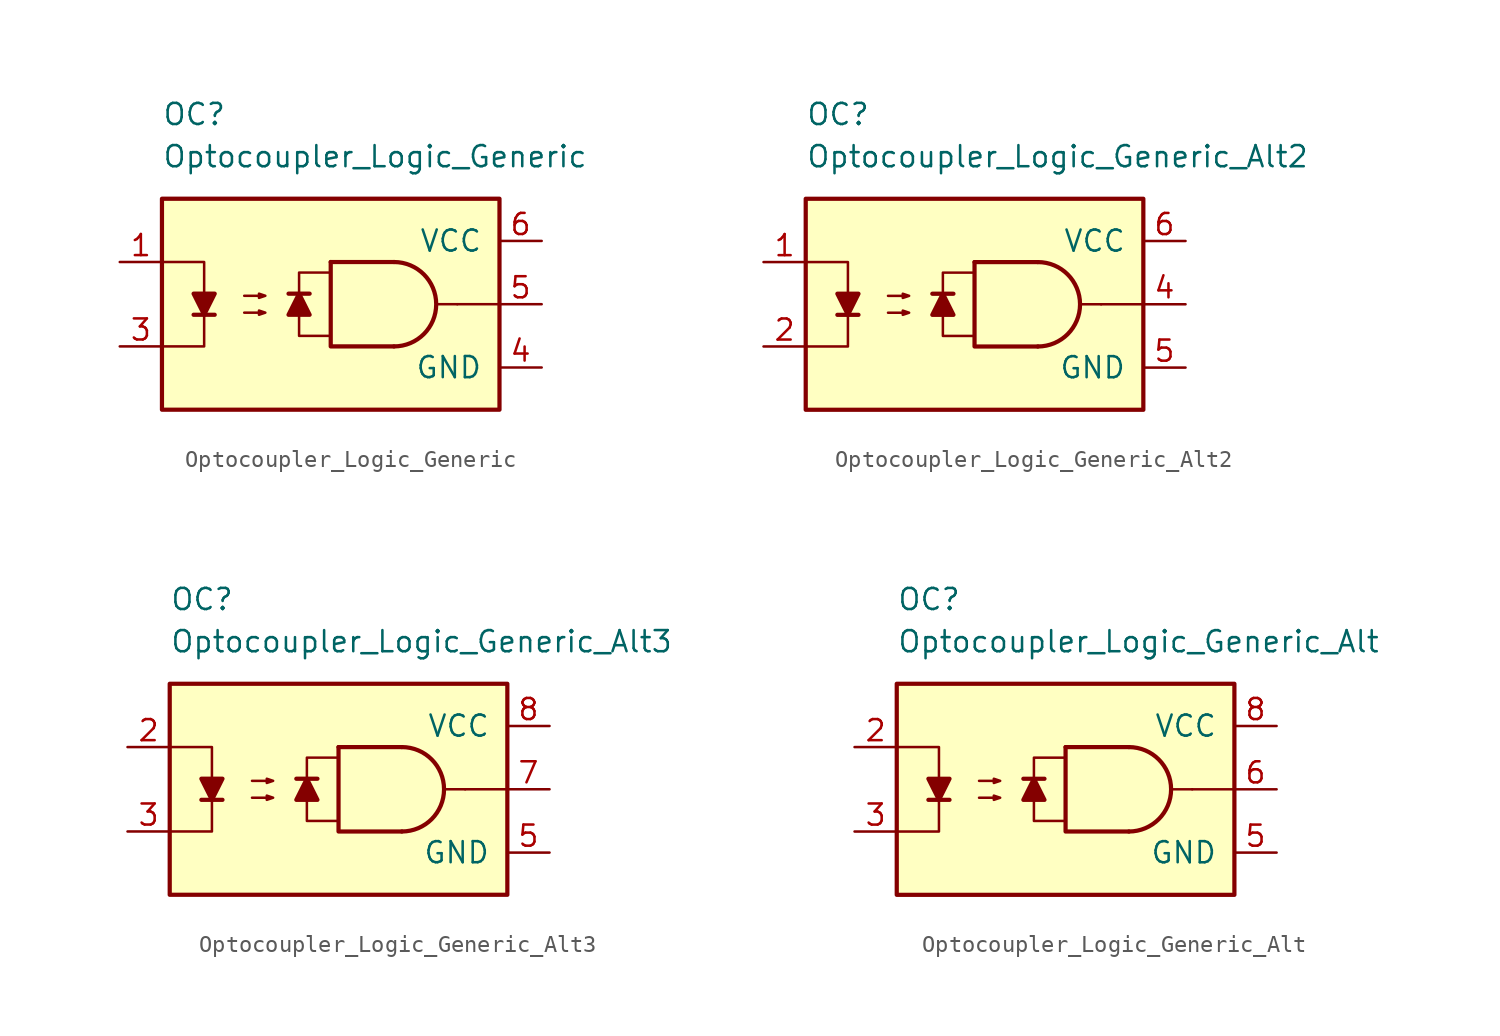
<source format=kicad_sym>
(kicad_symbol_lib
  (version 20211014)
  (generator kicad_symbol_editor)
  (symbol "Optocoupler_Logic_Generic"
    (pin_names
      (offset 1.016))
    (property "Reference" "OC"
      (at -10.16 11.43 0)
      (effects (font (size 1.27 1.27)) (justify left)))
    (property "Value" "Optocoupler_Logic_Generic"
      (at -10.16 8.89 0)
      (effects (font (size 1.27 1.27)) (justify left)))
    (symbol "Optocoupler_Logic_Generic_0_0"
      (rectangle (start -10.16 6.35) (end 10.16 -6.35) (stroke (width 0.254) (type default) (color 0 0 0 0)) (fill (type background)))
      (polyline (pts (xy 7.62 0) (xy 6.35 0)) (stroke (width 0) (type default) (color 0 0 0 0)) (fill (type none)))
      (polyline (pts (xy 10.16 0) (xy 7.62 0)) (stroke (width 0) (type default) (color 0 0 0 0)) (fill (type none))))
    (symbol "Optocoupler_Logic_Generic_0_1"
      (polyline (pts (xy -8.255 -0.635) (xy -6.985 -0.635)) (stroke (width 0.254) (type default) (color 0 0 0 0)) (fill (type none)))
      (polyline (pts (xy 0 2.54) (xy 3.81 2.54)) (stroke (width 0.254) (type default) (color 0 0 0 0)) (fill (type none)))
      (polyline (pts (xy -10.16 2.54) (xy -7.62 2.54) (xy -7.62 -0.635)) (stroke (width 0) (type default) (color 0 0 0 0)) (fill (type none)))
      (polyline (pts (xy -7.62 -0.635) (xy -7.62 -2.54) (xy -10.16 -2.54)) (stroke (width 0) (type default) (color 0 0 0 0)) (fill (type none)))
      (polyline (pts (xy 0 2.54) (xy 0 -2.54) (xy 3.81 -2.54)) (stroke (width 0.254) (type default) (color 0 0 0 0)) (fill (type none)))
      (polyline (pts (xy -7.62 -0.635) (xy -8.255 0.635) (xy -6.985 0.635) (xy -7.62 -0.635)) (stroke (width 0.254) (type default) (color 0 0 0 0)) (fill (type outline)))
      (polyline (pts (xy -5.207 -0.508) (xy -3.937 -0.508) (xy -4.318 -0.635) (xy -4.318 -0.381) (xy -3.937 -0.508)) (stroke (width 0) (type default) (color 0 0 0 0)) (fill (type none)))
      (polyline (pts (xy -5.207 0.508) (xy -3.937 0.508) (xy -4.318 0.381) (xy -4.318 0.635) (xy -3.937 0.508)) (stroke (width 0) (type default) (color 0 0 0 0)) (fill (type none)))
      (arc (start 3.81 -2.54) (mid 6.35 0) (end 3.81 2.54) (stroke (width 0.254) (type default) (color 0 0 0 0)) (fill (type none))))
    (symbol "Optocoupler_Logic_Generic_1_1"
      (polyline (pts (xy -1.27 0.635) (xy -2.54 0.635)) (stroke (width 0.254) (type default) (color 0 0 0 0)) (fill (type none)))
      (polyline (pts (xy -1.905 0.635) (xy -1.27 -0.635) (xy -2.54 -0.635) (xy -1.905 0.635)) (stroke (width 0.254) (type default) (color 0 0 0 0)) (fill (type outline)))
      (polyline (pts (xy 0 -1.905) (xy -1.905 -1.905) (xy -1.905 1.905) (xy 0 1.905)) (stroke (width 0.152) (type default) (color 0 0 0 0)) (fill (type none)))
      (pin passive line (at -12.7 2.54 0) (length 2.54) (name "~" (effects (font (size 1.27 1.27)))) (number "1" (effects (font (size 1.27 1.27)))))
      (pin no_connect line (at 0 0 0) (length 2.54) hide (name "NC" (effects (font (size 1.27 1.27)))) (number "2" (effects (font (size 1.27 1.27)))))
      (pin passive line (at -12.7 -2.54 0) (length 2.54) (name "~" (effects (font (size 1.27 1.27)))) (number "3" (effects (font (size 1.27 1.27)))))
      (pin power_in line (at 12.7 -3.81 180) (length 2.54) (name "GND" (effects (font (size 1.27 1.27)))) (number "4" (effects (font (size 1.27 1.27)))))
      (pin output line (at 12.7 0 180) (length 2.54) (name "~" (effects (font (size 1.27 1.27)))) (number "5" (effects (font (size 1.27 1.27)))))
      (pin power_in line (at 12.7 3.81 180) (length 2.54) (name "VCC" (effects (font (size 1.27 1.27)))) (number "6" (effects (font (size 1.27 1.27)))))))
  (symbol "Optocoupler_Logic_Generic_Alt2"
    (pin_names
      (offset 1.016))
    (property "Reference" "OC"
      (at -10.16 11.43 0)
      (effects (font (size 1.27 1.27)) (justify left)))
    (property "Value" "Optocoupler_Logic_Generic_Alt2"
      (at -10.16 8.89 0)
      (effects (font (size 1.27 1.27)) (justify left)))
    (symbol "Optocoupler_Logic_Generic_Alt2_0_0"
      (rectangle (start -10.16 6.35) (end 10.16 -6.35) (stroke (width 0.254) (type default) (color 0 0 0 0)) (fill (type background)))
      (polyline (pts (xy 7.62 0) (xy 6.35 0)) (stroke (width 0) (type default) (color 0 0 0 0)) (fill (type none)))
      (polyline (pts (xy 10.16 0) (xy 7.62 0)) (stroke (width 0) (type default) (color 0 0 0 0)) (fill (type none))))
    (symbol "Optocoupler_Logic_Generic_Alt2_0_1"
      (polyline (pts (xy -8.255 -0.635) (xy -6.985 -0.635)) (stroke (width 0.254) (type default) (color 0 0 0 0)) (fill (type none)))
      (polyline (pts (xy 0 2.54) (xy 3.81 2.54)) (stroke (width 0.254) (type default) (color 0 0 0 0)) (fill (type none)))
      (polyline (pts (xy -10.16 2.54) (xy -7.62 2.54) (xy -7.62 -0.635)) (stroke (width 0) (type default) (color 0 0 0 0)) (fill (type none)))
      (polyline (pts (xy -7.62 -0.635) (xy -7.62 -2.54) (xy -10.16 -2.54)) (stroke (width 0) (type default) (color 0 0 0 0)) (fill (type none)))
      (polyline (pts (xy 0 2.54) (xy 0 -2.54) (xy 3.81 -2.54)) (stroke (width 0.254) (type default) (color 0 0 0 0)) (fill (type none)))
      (polyline (pts (xy -7.62 -0.635) (xy -8.255 0.635) (xy -6.985 0.635) (xy -7.62 -0.635)) (stroke (width 0.254) (type default) (color 0 0 0 0)) (fill (type outline)))
      (polyline (pts (xy -5.207 -0.508) (xy -3.937 -0.508) (xy -4.318 -0.635) (xy -4.318 -0.381) (xy -3.937 -0.508)) (stroke (width 0) (type default) (color 0 0 0 0)) (fill (type none)))
      (polyline (pts (xy -5.207 0.508) (xy -3.937 0.508) (xy -4.318 0.381) (xy -4.318 0.635) (xy -3.937 0.508)) (stroke (width 0) (type default) (color 0 0 0 0)) (fill (type none)))
      (arc (start 3.81 -2.54) (mid 6.35 0) (end 3.81 2.54) (stroke (width 0.254) (type default) (color 0 0 0 0)) (fill (type none))))
    (symbol "Optocoupler_Logic_Generic_Alt2_1_1"
      (polyline (pts (xy -1.27 0.635) (xy -2.54 0.635)) (stroke (width 0.254) (type default) (color 0 0 0 0)) (fill (type none)))
      (polyline (pts (xy -1.905 0.635) (xy -1.27 -0.635) (xy -2.54 -0.635) (xy -1.905 0.635)) (stroke (width 0.254) (type default) (color 0 0 0 0)) (fill (type outline)))
      (polyline (pts (xy 0 -1.905) (xy -1.905 -1.905) (xy -1.905 1.905) (xy 0 1.905)) (stroke (width 0.152) (type default) (color 0 0 0 0)) (fill (type none)))
      (pin passive line (at -12.7 2.54 0) (length 2.54) (name "~" (effects (font (size 1.27 1.27)))) (number "1" (effects (font (size 1.27 1.27)))))
      (pin passive line (at -12.7 -2.54 0) (length 2.54) (name "~" (effects (font (size 1.27 1.27)))) (number "2" (effects (font (size 1.27 1.27)))))
      (pin no_connect line (at 0 0 0) (length 2.54) hide (name "NC" (effects (font (size 1.27 1.27)))) (number "3" (effects (font (size 1.27 1.27)))))
      (pin output line (at 12.7 0 180) (length 2.54) (name "~" (effects (font (size 1.27 1.27)))) (number "4" (effects (font (size 1.27 1.27)))))
      (pin power_in line (at 12.7 -3.81 180) (length 2.54) (name "GND" (effects (font (size 1.27 1.27)))) (number "5" (effects (font (size 1.27 1.27)))))
      (pin power_in line (at 12.7 3.81 180) (length 2.54) (name "VCC" (effects (font (size 1.27 1.27)))) (number "6" (effects (font (size 1.27 1.27)))))))
  (symbol "Optocoupler_Logic_Generic_Alt3"
    (pin_names
      (offset 1.016))
    (property "Reference" "OC"
      (at -10.16 11.43 0)
      (effects (font (size 1.27 1.27)) (justify left)))
    (property "Value" "Optocoupler_Logic_Generic_Alt3"
      (at -10.16 8.89 0)
      (effects (font (size 1.27 1.27)) (justify left)))
    (symbol "Optocoupler_Logic_Generic_Alt3_0_0"
      (rectangle (start -10.16 6.35) (end 10.16 -6.35) (stroke (width 0.254) (type default) (color 0 0 0 0)) (fill (type background)))
      (polyline (pts (xy 7.62 0) (xy 6.35 0)) (stroke (width 0) (type default) (color 0 0 0 0)) (fill (type none)))
      (polyline (pts (xy 10.16 0) (xy 7.62 0)) (stroke (width 0) (type default) (color 0 0 0 0)) (fill (type none))))
    (symbol "Optocoupler_Logic_Generic_Alt3_0_1"
      (polyline (pts (xy -8.255 -0.635) (xy -6.985 -0.635)) (stroke (width 0.254) (type default) (color 0 0 0 0)) (fill (type none)))
      (polyline (pts (xy 0 2.54) (xy 3.81 2.54)) (stroke (width 0.254) (type default) (color 0 0 0 0)) (fill (type none)))
      (polyline (pts (xy -10.16 2.54) (xy -7.62 2.54) (xy -7.62 -0.635)) (stroke (width 0) (type default) (color 0 0 0 0)) (fill (type none)))
      (polyline (pts (xy -7.62 -0.635) (xy -7.62 -2.54) (xy -10.16 -2.54)) (stroke (width 0) (type default) (color 0 0 0 0)) (fill (type none)))
      (polyline (pts (xy 0 2.54) (xy 0 -2.54) (xy 3.81 -2.54)) (stroke (width 0.254) (type default) (color 0 0 0 0)) (fill (type none)))
      (polyline (pts (xy -7.62 -0.635) (xy -8.255 0.635) (xy -6.985 0.635) (xy -7.62 -0.635)) (stroke (width 0.254) (type default) (color 0 0 0 0)) (fill (type outline)))
      (polyline (pts (xy -5.207 -0.508) (xy -3.937 -0.508) (xy -4.318 -0.635) (xy -4.318 -0.381) (xy -3.937 -0.508)) (stroke (width 0) (type default) (color 0 0 0 0)) (fill (type none)))
      (polyline (pts (xy -5.207 0.508) (xy -3.937 0.508) (xy -4.318 0.381) (xy -4.318 0.635) (xy -3.937 0.508)) (stroke (width 0) (type default) (color 0 0 0 0)) (fill (type none)))
      (arc (start 3.81 -2.54) (mid 6.35 0) (end 3.81 2.54) (stroke (width 0.254) (type default) (color 0 0 0 0)) (fill (type none))))
    (symbol "Optocoupler_Logic_Generic_Alt3_1_1"
      (polyline (pts (xy -1.27 0.635) (xy -2.54 0.635)) (stroke (width 0.254) (type default) (color 0 0 0 0)) (fill (type none)))
      (polyline (pts (xy -1.905 0.635) (xy -1.27 -0.635) (xy -2.54 -0.635) (xy -1.905 0.635)) (stroke (width 0.254) (type default) (color 0 0 0 0)) (fill (type outline)))
      (polyline (pts (xy 0 -1.905) (xy -1.905 -1.905) (xy -1.905 1.905) (xy 0 1.905)) (stroke (width 0.152) (type default) (color 0 0 0 0)) (fill (type none)))
      (pin no_connect line (at 0 2.54 0) (length 2.54) hide (name "NC" (effects (font (size 1.27 1.27)))) (number "1" (effects (font (size 1.27 1.27)))))
      (pin passive line (at -12.7 2.54 0) (length 2.54) (name "~" (effects (font (size 1.27 1.27)))) (number "2" (effects (font (size 1.27 1.27)))))
      (pin passive line (at -12.7 -2.54 0) (length 2.54) (name "~" (effects (font (size 1.27 1.27)))) (number "3" (effects (font (size 1.27 1.27)))))
      (pin no_connect line (at 0 0 0) (length 2.54) hide (name "NC" (effects (font (size 1.27 1.27)))) (number "4" (effects (font (size 1.27 1.27)))))
      (pin power_in line (at 12.7 -3.81 180) (length 2.54) (name "GND" (effects (font (size 1.27 1.27)))) (number "5" (effects (font (size 1.27 1.27)))))
      (pin no_connect line (at 0 -2.54 0) (length 2.54) hide (name "NC" (effects (font (size 1.27 1.27)))) (number "6" (effects (font (size 1.27 1.27)))))
      (pin power_out line (at 12.7 0 180) (length 2.54) (name "~" (effects (font (size 1.27 1.27)))) (number "7" (effects (font (size 1.27 1.27)))))
      (pin power_in line (at 12.7 3.81 180) (length 2.54) (name "VCC" (effects (font (size 1.27 1.27)))) (number "8" (effects (font (size 1.27 1.27)))))))
  (symbol "Optocoupler_Logic_Generic_Alt"
    (pin_names
      (offset 1.016))
    (property "Reference" "OC"
      (at -10.16 11.43 0)
      (effects (font (size 1.27 1.27)) (justify left)))
    (property "Value" "Optocoupler_Logic_Generic_Alt"
      (at -10.16 8.89 0)
      (effects (font (size 1.27 1.27)) (justify left)))
    (symbol "Optocoupler_Logic_Generic_Alt_0_0"
      (rectangle (start -10.16 6.35) (end 10.16 -6.35) (stroke (width 0.254) (type default) (color 0 0 0 0)) (fill (type background)))
      (polyline (pts (xy 7.62 0) (xy 6.35 0)) (stroke (width 0) (type default) (color 0 0 0 0)) (fill (type none)))
      (polyline (pts (xy 10.16 0) (xy 7.62 0)) (stroke (width 0) (type default) (color 0 0 0 0)) (fill (type none))))
    (symbol "Optocoupler_Logic_Generic_Alt_0_1"
      (polyline (pts (xy -8.255 -0.635) (xy -6.985 -0.635)) (stroke (width 0.254) (type default) (color 0 0 0 0)) (fill (type none)))
      (polyline (pts (xy 0 2.54) (xy 3.81 2.54)) (stroke (width 0.254) (type default) (color 0 0 0 0)) (fill (type none)))
      (polyline (pts (xy -10.16 2.54) (xy -7.62 2.54) (xy -7.62 -0.635)) (stroke (width 0) (type default) (color 0 0 0 0)) (fill (type none)))
      (polyline (pts (xy -7.62 -0.635) (xy -7.62 -2.54) (xy -10.16 -2.54)) (stroke (width 0) (type default) (color 0 0 0 0)) (fill (type none)))
      (polyline (pts (xy 0 2.54) (xy 0 -2.54) (xy 3.81 -2.54)) (stroke (width 0.254) (type default) (color 0 0 0 0)) (fill (type none)))
      (polyline (pts (xy -7.62 -0.635) (xy -8.255 0.635) (xy -6.985 0.635) (xy -7.62 -0.635)) (stroke (width 0.254) (type default) (color 0 0 0 0)) (fill (type outline)))
      (polyline (pts (xy -5.207 -0.508) (xy -3.937 -0.508) (xy -4.318 -0.635) (xy -4.318 -0.381) (xy -3.937 -0.508)) (stroke (width 0) (type default) (color 0 0 0 0)) (fill (type none)))
      (polyline (pts (xy -5.207 0.508) (xy -3.937 0.508) (xy -4.318 0.381) (xy -4.318 0.635) (xy -3.937 0.508)) (stroke (width 0) (type default) (color 0 0 0 0)) (fill (type none)))
      (arc (start 3.81 -2.54) (mid 6.35 0) (end 3.81 2.54) (stroke (width 0.254) (type default) (color 0 0 0 0)) (fill (type none))))
    (symbol "Optocoupler_Logic_Generic_Alt_1_1"
      (polyline (pts (xy -1.27 0.635) (xy -2.54 0.635)) (stroke (width 0.254) (type default) (color 0 0 0 0)) (fill (type none)))
      (polyline (pts (xy -1.905 0.635) (xy -1.27 -0.635) (xy -2.54 -0.635) (xy -1.905 0.635)) (stroke (width 0.254) (type default) (color 0 0 0 0)) (fill (type outline)))
      (polyline (pts (xy 0 -1.905) (xy -1.905 -1.905) (xy -1.905 1.905) (xy 0 1.905)) (stroke (width 0.152) (type default) (color 0 0 0 0)) (fill (type none)))
      (pin no_connect line (at 0 2.54 0) (length 2.54) hide (name "NC" (effects (font (size 1.27 1.27)))) (number "1" (effects (font (size 1.27 1.27)))))
      (pin passive line (at -12.7 2.54 0) (length 2.54) (name "~" (effects (font (size 1.27 1.27)))) (number "2" (effects (font (size 1.27 1.27)))))
      (pin passive line (at -12.7 -2.54 0) (length 2.54) (name "~" (effects (font (size 1.27 1.27)))) (number "3" (effects (font (size 1.27 1.27)))))
      (pin no_connect line (at 0 0 0) (length 2.54) hide (name "NC" (effects (font (size 1.27 1.27)))) (number "4" (effects (font (size 1.27 1.27)))))
      (pin power_in line (at 12.7 -3.81 180) (length 2.54) (name "GND" (effects (font (size 1.27 1.27)))) (number "5" (effects (font (size 1.27 1.27)))))
      (pin output line (at 12.7 0 180) (length 2.54) (name "~" (effects (font (size 1.27 1.27)))) (number "6" (effects (font (size 1.27 1.27)))))
      (pin no_connect line (at 0 -2.54 0) (length 2.54) hide (name "NC" (effects (font (size 1.27 1.27)))) (number "7" (effects (font (size 1.27 1.27)))))
      (pin power_in line (at 12.7 3.81 180) (length 2.54) (name "VCC" (effects (font (size 1.27 1.27)))) (number "8" (effects (font (size 1.27 1.27))))))))
</source>
